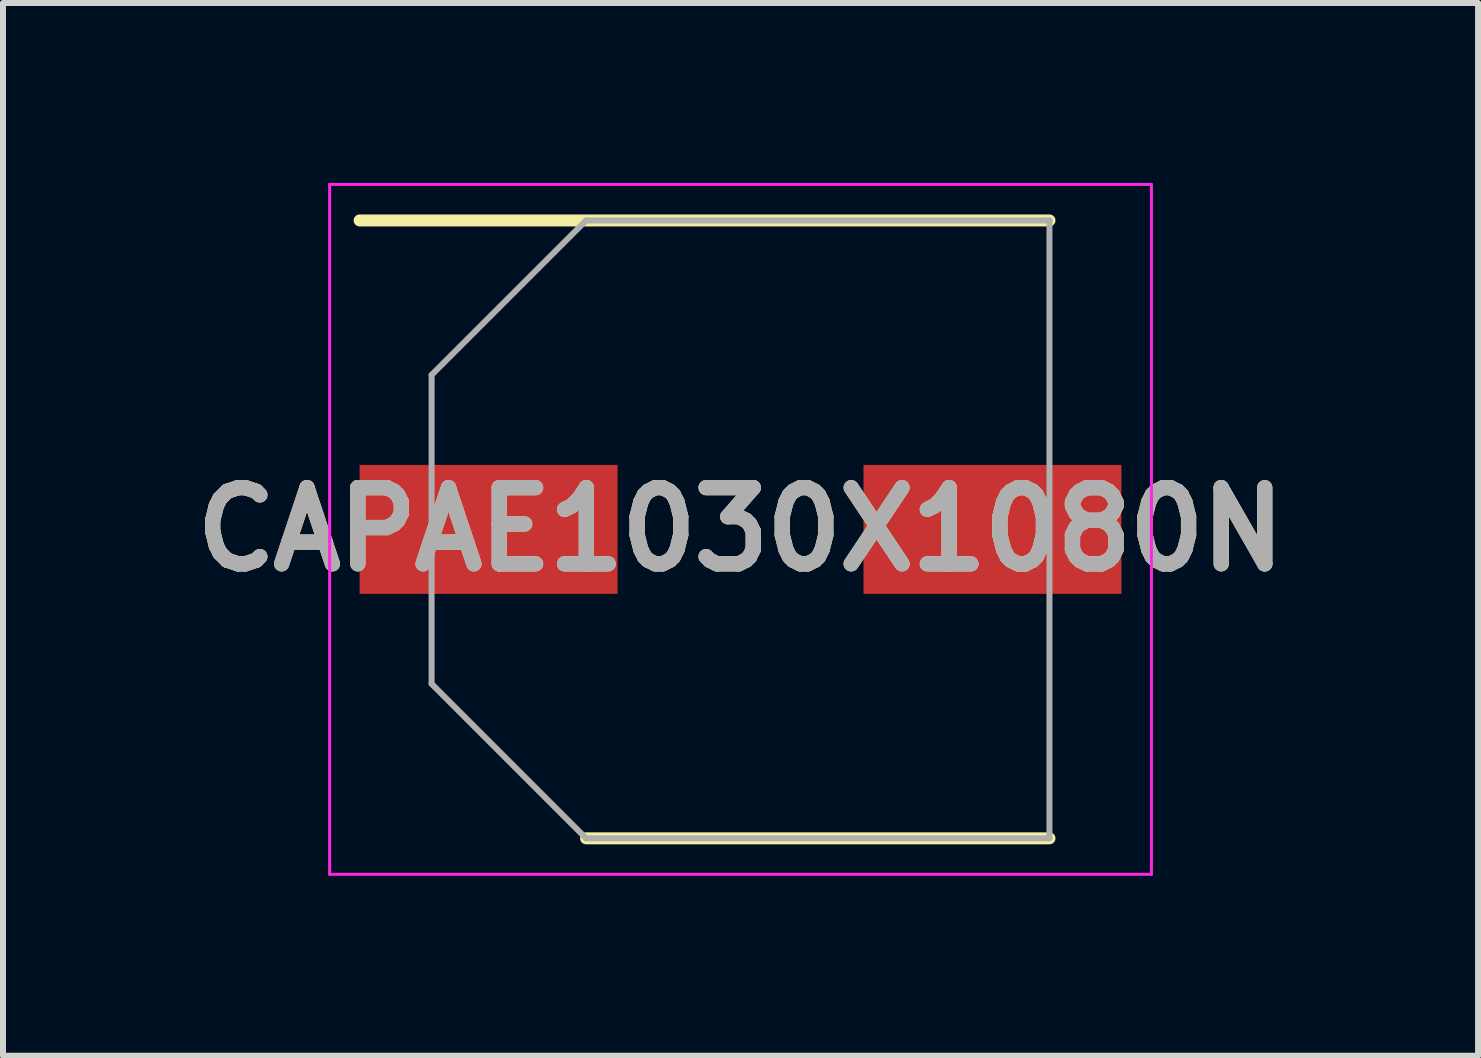
<source format=kicad_pcb>
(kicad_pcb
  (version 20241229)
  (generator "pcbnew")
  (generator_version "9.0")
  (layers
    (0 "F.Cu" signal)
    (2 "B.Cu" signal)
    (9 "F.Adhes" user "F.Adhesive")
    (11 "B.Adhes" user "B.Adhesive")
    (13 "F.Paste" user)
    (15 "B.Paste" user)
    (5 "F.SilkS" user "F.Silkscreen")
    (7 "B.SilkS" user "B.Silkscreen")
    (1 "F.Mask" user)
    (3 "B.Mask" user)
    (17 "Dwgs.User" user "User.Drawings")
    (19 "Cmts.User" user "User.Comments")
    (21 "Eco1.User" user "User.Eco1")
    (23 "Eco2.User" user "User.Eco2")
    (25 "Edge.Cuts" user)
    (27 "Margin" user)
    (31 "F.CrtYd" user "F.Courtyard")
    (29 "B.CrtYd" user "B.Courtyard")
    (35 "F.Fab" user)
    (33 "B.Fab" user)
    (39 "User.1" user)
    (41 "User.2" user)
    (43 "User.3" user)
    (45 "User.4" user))
  (footprint "CAPAE1030X1080N"
    (layer "F.Cu")
    (at 9.295 5.775)
    (property "Reference" "CAPAE1030X1080N" (at 0 0 0) (layer "F.SilkS") (effects (font (size 1.27 1.27) (thickness 0.254))))
    (attr smd)
    (fp_line (start -6.35 -5.15) (end 5.15 -5.15) (stroke (width 0.2) (type solid)) (layer "F.SilkS"))
    (fp_line (start -2.575 5.15) (end 5.15 5.15) (stroke (width 0.2) (type solid)) (layer "F.SilkS"))
    (fp_line (start -6.85 -5.75) (end 6.85 -5.75) (stroke (width 0.05) (type solid)) (layer "F.CrtYd"))
    (fp_line (start -6.85 5.75) (end -6.85 -5.75) (stroke (width 0.05) (type solid)) (layer "F.CrtYd"))
    (fp_line (start 6.85 -5.75) (end 6.85 5.75) (stroke (width 0.05) (type solid)) (layer "F.CrtYd"))
    (fp_line (start 6.85 5.75) (end -6.85 5.75) (stroke (width 0.05) (type solid)) (layer "F.CrtYd"))
    (fp_line (start -5.15 -2.575) (end -5.15 2.575) (stroke (width 0.1) (type solid)) (layer "F.Fab"))
    (fp_line (start -5.15 2.575) (end -2.575 5.15) (stroke (width 0.1) (type solid)) (layer "F.Fab"))
    (fp_line (start -2.575 -5.15) (end -5.15 -2.575) (stroke (width 0.1) (type solid)) (layer "F.Fab"))
    (fp_line (start -2.575 5.15) (end 5.15 5.15) (stroke (width 0.1) (type solid)) (layer "F.Fab"))
    (fp_line (start 5.15 -5.15) (end -2.575 -5.15) (stroke (width 0.1) (type solid)) (layer "F.Fab"))
    (fp_line (start 5.15 5.15) (end 5.15 -5.15) (stroke (width 0.1) (type solid)) (layer "F.Fab"))
    (fp_text user "${REFERENCE}" (at 0 0 0) (layer "F.Fab") (effects (font (size 1.27 1.27) (thickness 0.254))))
    (pad "1" smd rect (at -4.2 0 90) (size 2.15 4.3) (layers "F.Cu" "F.Mask" "F.Paste"))
    (pad "2" smd rect (at 4.2 0 90) (size 2.15 4.3) (layers "F.Cu" "F.Mask" "F.Paste")))
  (gr_rect
    (start -3 -3)
    (end 21.59 14.55)
    (stroke (width 0.1) (type default))
    (fill no)
    (layer "Edge.Cuts")))
</source>
